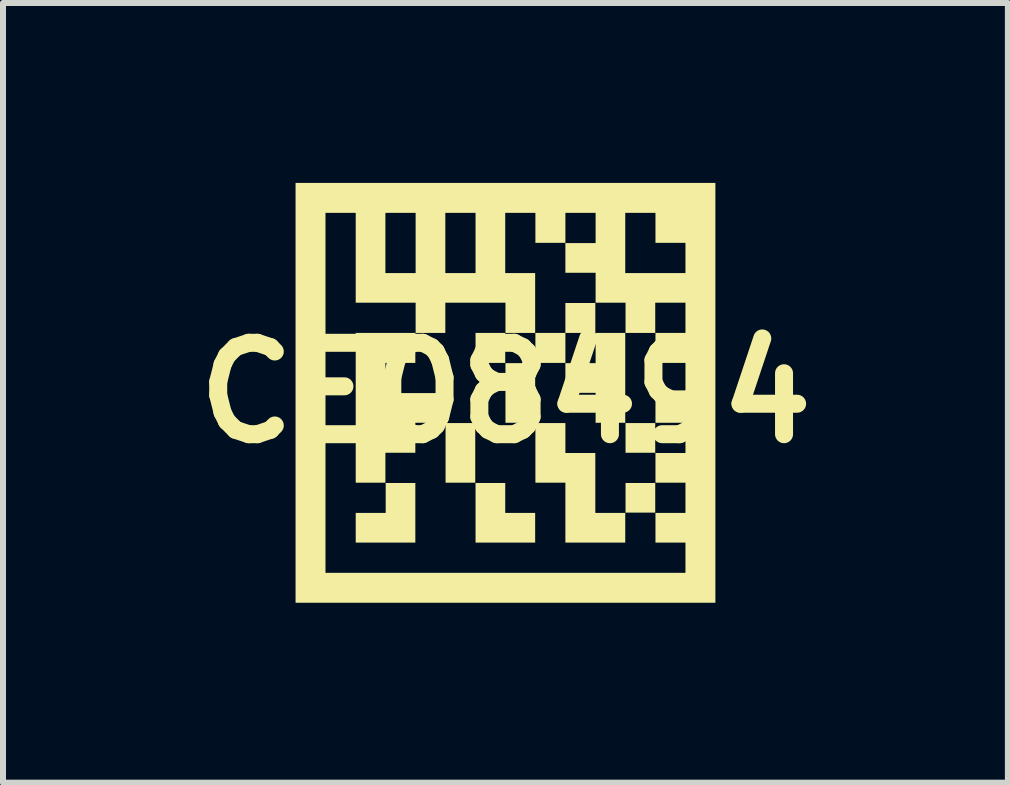
<source format=kicad_pcb>
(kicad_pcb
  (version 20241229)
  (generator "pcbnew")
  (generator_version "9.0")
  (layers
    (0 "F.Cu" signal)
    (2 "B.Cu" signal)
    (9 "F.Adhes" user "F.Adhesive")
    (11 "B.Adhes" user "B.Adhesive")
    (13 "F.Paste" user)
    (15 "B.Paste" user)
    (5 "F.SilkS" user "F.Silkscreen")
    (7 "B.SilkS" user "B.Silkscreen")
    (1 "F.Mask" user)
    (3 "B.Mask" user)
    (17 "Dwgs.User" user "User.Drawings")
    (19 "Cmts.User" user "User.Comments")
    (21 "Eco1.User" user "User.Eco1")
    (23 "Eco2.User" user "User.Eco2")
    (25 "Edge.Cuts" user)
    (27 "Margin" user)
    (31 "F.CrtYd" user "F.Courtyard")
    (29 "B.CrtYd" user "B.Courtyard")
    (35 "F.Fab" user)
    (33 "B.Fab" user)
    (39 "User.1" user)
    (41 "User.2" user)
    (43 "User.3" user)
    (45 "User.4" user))
  (footprint "CE08494"
    (layer "F.Cu")
    (at 5.378 3.5)
    (property "Reference" "CE08494" (at 0 0 0) (layer "F.SilkS") (effects (font (size 1.524 1.524) (thickness 0.3))))
    (attr board_only exclude_from_pos_files exclude_from_bom)
    (fp_poly (pts (xy -0.504 1.498) (xy -0.999 1.498) (xy -0.999 0.504) (xy -0.504 0.504)) (stroke (width 0) (type solid)) (fill yes) (layer "F.SilkS"))
    (fp_poly (pts (xy -0.004 -0.499) (xy -0.499 -0.499) (xy -0.499 -0.999) (xy -0.004 -0.999)) (stroke (width 0) (type solid)) (fill yes) (layer "F.SilkS"))
    (fp_poly (pts (xy 0.495 0.499) (xy 0 0.499) (xy 0 -0.495) (xy 0.495 -0.495)) (stroke (width 0) (type solid)) (fill yes) (layer "F.SilkS"))
    (fp_poly (pts (xy 0.999 -0.499) (xy 0.499 -0.499) (xy 0.499 -0.999) (xy 0.999 -0.999)) (stroke (width 0) (type solid)) (fill yes) (layer "F.SilkS"))
    (fp_poly (pts (xy 1.498 -0.999) (xy 0.999 -0.999) (xy 0.999 -1.498) (xy 1.498 -1.498)) (stroke (width 0) (type solid)) (fill yes) (layer "F.SilkS"))
    (fp_poly (pts (xy 2.497 0.999) (xy 2.002 0.999) (xy 2.002 0.504) (xy 2.497 0.504)) (stroke (width 0) (type solid)) (fill yes) (layer "F.SilkS"))
    (fp_poly (pts (xy 2.497 1.997) (xy 2.002 1.997) (xy 2.002 1.503) (xy 2.497 1.503)) (stroke (width 0) (type solid)) (fill yes) (layer "F.SilkS"))
    (fp_poly (pts (xy -1.503 2.497) (xy -2.497 2.497) (xy -2.497 2.002) (xy -1.997 2.002) (xy -1.997 1.503) (xy -1.503 1.503)) (stroke (width 0) (type solid)) (fill yes) (layer "F.SilkS"))
    (fp_poly (pts (xy -0.004 2.002) (xy 0.495 2.002) (xy 0.495 2.497) (xy -0.499 2.497) (xy -0.499 1.503) (xy -0.004 1.503)) (stroke (width 0) (type solid)) (fill yes) (layer "F.SilkS"))
    (fp_poly (pts (xy 1.997 0.499) (xy 1.503 0.499) (xy 1.503 0) (xy 0.999 0) (xy 0.999 -0.495) (xy 1.503 -0.495) (xy 1.503 -0.999) (xy 1.997 -0.999)) (stroke (width 0) (type solid)) (fill yes) (layer "F.SilkS"))
    (fp_poly (pts (xy 0.999 1.003) (xy 1.498 1.003) (xy 1.498 2.002) (xy 1.997 2.002) (xy 1.997 2.497) (xy 0.999 2.497) (xy 0.999 1.498) (xy 0.499 1.498) (xy 0.499 0.504) (xy 0.999 0.504)) (stroke (width 0) (type solid)) (fill yes) (layer "F.SilkS"))
    (fp_poly (pts (xy -1.503 -0.499) (xy -2.002 -0.499) (xy -2.002 0.004) (xy -1.003 0.004) (xy -1.003 0.499) (xy -1.503 0.499) (xy -1.503 0.999) (xy -2.002 0.999) (xy -2.002 1.498) (xy -2.497 1.498) (xy -2.497 -0.999) (xy -1.503 -0.999)) (stroke (width 0) (type solid)) (fill yes) (layer "F.SilkS"))
    (fp_poly (pts (xy 3.5 3.5) (xy -3.5 3.5) (xy -3.5 3.001) (xy -3.001 3.001) (xy 3.001 3.001) (xy 3.001 2.497) (xy 2.501 2.497) (xy 2.501 2.002) (xy 3.001 2.002) (xy 3.001 1.498) (xy 2.501 1.498) (xy 2.501 1.003) (xy 3.001 1.003) (xy 3.001 0.499) (xy 2.501 0.499) (xy 2.501 0.004) (xy 3.001 0.004) (xy 3.001 -0.499) (xy 2.501 -0.499) (xy 2.501 -0.999) (xy 3.001 -0.999) (xy 3.001 -1.503) (xy 2.497 -1.503) (xy 2.497 -0.999) (xy 2.002 -0.999) (xy 2.002 -1.503) (xy 1.503 -1.503) (xy 1.503 -1.997) (xy 1.997 -1.997) (xy 3.001 -1.997) (xy 3.001 -2.501) (xy 2.501 -2.501) (xy 2.501 -3.001) (xy 1.997 -3.001) (xy 1.997 -1.997) (xy 1.503 -1.997) (xy 1.503 -2.002) (xy 0.999 -2.002) (xy 0.999 -2.497) (xy 1.503 -2.497) (xy 1.503 -3.001) (xy 0.999 -3.001) (xy 0.999 -2.501) (xy 0.499 -2.501) (xy 0.499 -3.001) (xy -0.004 -3.001) (xy -0.004 -1.997) (xy 0.495 -1.997) (xy 0.495 -0.999) (xy 0 -0.999) (xy 0 -1.503) (xy -1.003 -1.503) (xy -1.003 -0.999) (xy -1.498 -0.999) (xy -1.498 -1.503) (xy -2.497 -1.503) (xy -2.497 -1.997) (xy -2.002 -1.997) (xy -1.498 -1.997) (xy -1.003 -1.997) (xy -0.499 -1.997) (xy -0.499 -3.001) (xy -1.003 -3.001) (xy -1.003 -1.997) (xy -1.498 -1.997) (xy -1.498 -3.001) (xy -2.002 -3.001) (xy -2.002 -1.997) (xy -2.497 -1.997) (xy -2.497 -3.001) (xy -3.001 -3.001) (xy -3.001 3.001) (xy -3.5 3.001) (xy -3.5 -3.5) (xy 3.5 -3.5)) (stroke (width 0) (type solid)) (fill yes) (layer "F.SilkS")))
  (gr_rect
    (start -3 -3)
    (end 13.755 10)
    (stroke (width 0.1) (type default))
    (fill no)
    (layer "Edge.Cuts")))
</source>
